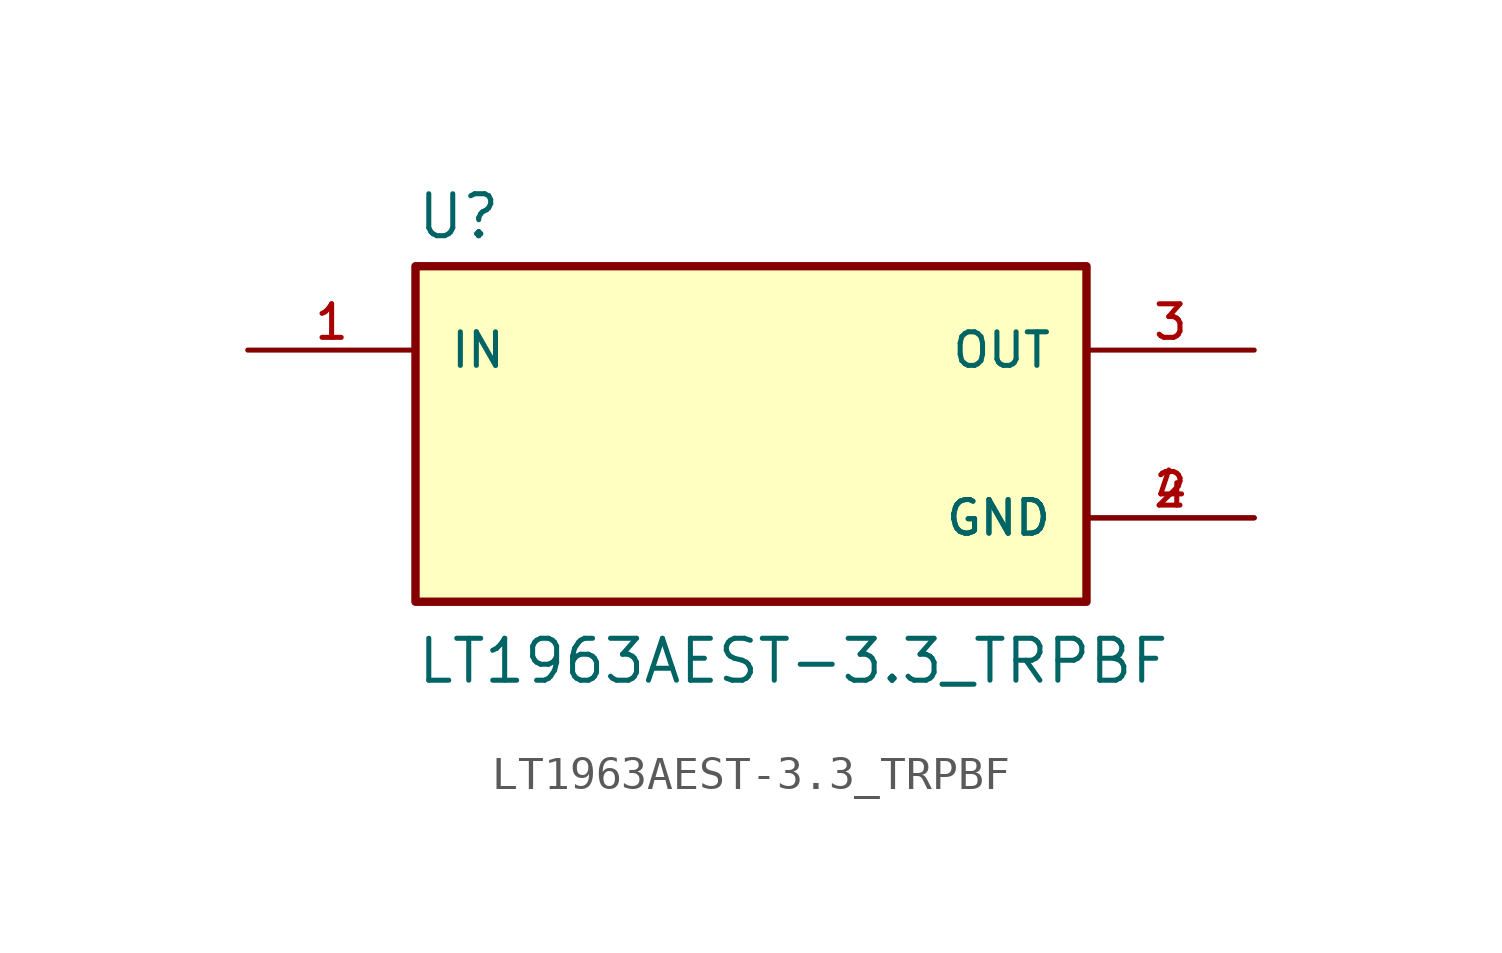
<source format=kicad_sym>
(kicad_symbol_lib
  (version 20211014)
  (generator kicad_symbol_editor)
  (symbol "LT1963AEST-3.3_TRPBF"
    (pin_names
      (offset 1.016))
    (property "Reference" "U"
      (at -10.16 5.842 0)
      (effects (font (size 1.27 1.27)) (justify bottom left)))
    (property "Value" "LT1963AEST-3.3_TRPBF"
      (at -10.16 -7.62 0)
      (effects (font (size 1.27 1.27)) (justify bottom left)))
    (symbol "LT1963AEST-3.3_TRPBF_0_0"
      (rectangle (start -10.16 -5.08) (end 10.16 5.08) (stroke (width 0.254)) (fill (type background)))
      (pin input line (at -15.24 2.54 0) (length 5.08) (name "IN" (effects (font (size 1.016 1.016)))) (number "1" (effects (font (size 1.016 1.016)))))
      (pin power_in line (at 15.24 -2.54 180.0) (length 5.08) (name "GND" (effects (font (size 1.016 1.016)))) (number "2" (effects (font (size 1.016 1.016)))))
      (pin power_in line (at 15.24 -2.54 180.0) (length 5.08) (name "GND" (effects (font (size 1.016 1.016)))) (number "4" (effects (font (size 1.016 1.016)))))
      (pin output line (at 15.24 2.54 180.0) (length 5.08) (name "OUT" (effects (font (size 1.016 1.016)))) (number "3" (effects (font (size 1.016 1.016))))))))
</source>
